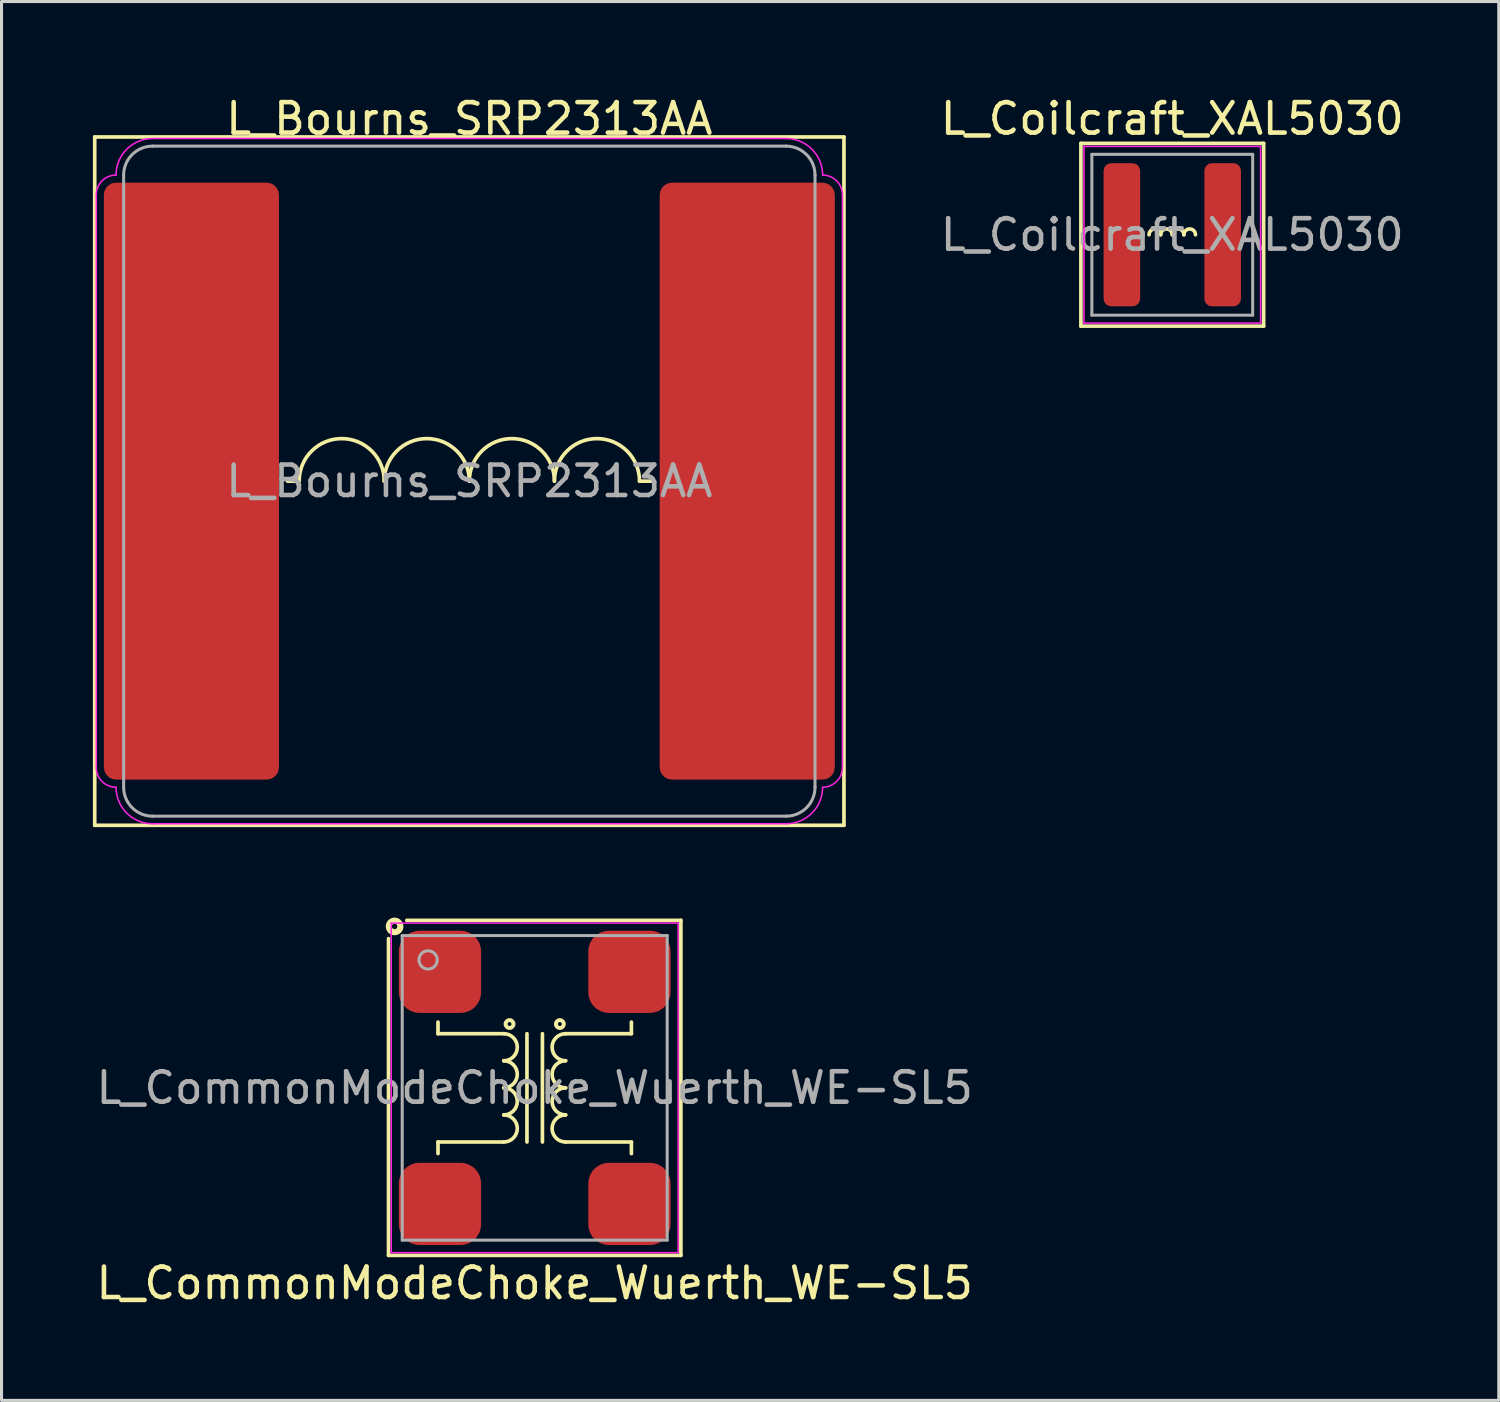
<source format=kicad_pcb>
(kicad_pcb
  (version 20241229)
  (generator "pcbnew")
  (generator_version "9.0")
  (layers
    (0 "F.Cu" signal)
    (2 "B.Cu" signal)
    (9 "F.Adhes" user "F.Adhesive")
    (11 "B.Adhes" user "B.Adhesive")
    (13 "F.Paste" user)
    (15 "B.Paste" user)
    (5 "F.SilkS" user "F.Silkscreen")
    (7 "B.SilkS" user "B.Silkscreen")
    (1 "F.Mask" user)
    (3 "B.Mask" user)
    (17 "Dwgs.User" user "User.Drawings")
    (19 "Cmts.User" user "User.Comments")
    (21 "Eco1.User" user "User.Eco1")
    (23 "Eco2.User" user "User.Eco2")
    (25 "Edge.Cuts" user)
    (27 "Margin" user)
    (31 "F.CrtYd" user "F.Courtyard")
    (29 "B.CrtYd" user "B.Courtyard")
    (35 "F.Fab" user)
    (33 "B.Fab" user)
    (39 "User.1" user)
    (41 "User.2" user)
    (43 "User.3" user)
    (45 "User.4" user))
  (footprint "L_Coilcraft_XAL5030"
    (layer "F.Cu")
    (at 35.44 4.658)
    (property "Reference" "L_Coilcraft_XAL5030" (at 0 -3.81 0) (layer "F.SilkS") (effects (font (size 1 1) (thickness 0.15))))
    (attr smd)
    (fp_line (start -3 -3) (end -3 3) (stroke (width 0.12) (type solid)) (layer "F.SilkS"))
    (fp_line (start -3 3) (end 3 3) (stroke (width 0.12) (type solid)) (layer "F.SilkS"))
    (fp_line (start 3 -3) (end -3 -3) (stroke (width 0.12) (type solid)) (layer "F.SilkS"))
    (fp_line (start 3 3) (end 3 -3) (stroke (width 0.12) (type solid)) (layer "F.SilkS"))
    (fp_arc (start -0.762 0) (mid -0.5715 -0.1905) (end -0.381 0) (stroke (width 0.12) (type solid)) (layer "F.SilkS"))
    (fp_arc (start -0.381 0) (mid -0.1905 -0.1905) (end 0 0) (stroke (width 0.12) (type solid)) (layer "F.SilkS"))
    (fp_arc (start 0 0) (mid 0.1905 -0.1905) (end 0.381 0) (stroke (width 0.12) (type solid)) (layer "F.SilkS"))
    (fp_arc (start 0.381 0) (mid 0.5715 -0.1905) (end 0.762 0) (stroke (width 0.12) (type solid)) (layer "F.SilkS"))
    (fp_line (start -2.9 -2.9) (end 2.9 -2.9) (stroke (width 0.05) (type solid)) (layer "F.CrtYd"))
    (fp_line (start -2.9 2.9) (end -2.9 -2.9) (stroke (width 0.05) (type solid)) (layer "F.CrtYd"))
    (fp_line (start 2.9 -2.9) (end 2.9 2.9) (stroke (width 0.05) (type solid)) (layer "F.CrtYd"))
    (fp_line (start 2.9 2.9) (end -2.9 2.9) (stroke (width 0.05) (type solid)) (layer "F.CrtYd"))
    (fp_line (start -2.64 -2.64) (end 2.64 -2.64) (stroke (width 0.1) (type solid)) (layer "F.Fab"))
    (fp_line (start -2.64 2.64) (end -2.64 -2.64) (stroke (width 0.1) (type solid)) (layer "F.Fab"))
    (fp_line (start 2.64 -2.64) (end 2.64 2.64) (stroke (width 0.1) (type solid)) (layer "F.Fab"))
    (fp_line (start 2.64 2.64) (end -2.64 2.64) (stroke (width 0.1) (type solid)) (layer "F.Fab"))
    (fp_text user "${REFERENCE}" (at 0 0 0) (layer "F.Fab") (effects (font (size 1 1) (thickness 0.15))))
    (pad "1" smd roundrect (at -1.655 0) (size 1.2 4.7) (layers "F.Cu" "F.Mask" "F.Paste") (roundrect_rratio 0.208))
    (pad "2" smd roundrect (at 1.655 0) (size 1.2 4.7) (layers "F.Cu" "F.Mask" "F.Paste") (roundrect_rratio 0.208)))
  (footprint "L_Bourns_SRP2313AA"
    (layer "F.Cu")
    (at 12.36 12.748)
    (property "Reference" "L_Bourns_SRP2313AA" (at 0 -11.9 0) (layer "F.SilkS") (effects (font (size 1 1) (thickness 0.15))))
    (attr smd)
    (fp_line (start -12.3 -11.3) (end 12.3 -11.3) (stroke (width 0.12) (type solid)) (layer "F.SilkS"))
    (fp_line (start -12.3 0) (end -12.3 -11.3) (stroke (width 0.12) (type solid)) (layer "F.SilkS"))
    (fp_line (start -12.3 11.3) (end -12.3 0) (stroke (width 0.12) (type solid)) (layer "F.SilkS"))
    (fp_line (start -5.588 0) (end -5.969 0) (stroke (width 0.12) (type solid)) (layer "F.SilkS"))
    (fp_line (start 5.588 0) (end 5.969 0) (stroke (width 0.12) (type solid)) (layer "F.SilkS"))
    (fp_line (start 12.3 -11.3) (end 12.3 11.3) (stroke (width 0.12) (type solid)) (layer "F.SilkS"))
    (fp_line (start 12.3 11.3) (end -12.3 11.3) (stroke (width 0.12) (type solid)) (layer "F.SilkS"))
    (fp_arc (start -5.588 0) (mid -4.191 -1.397) (end -2.794 0) (stroke (width 0.12) (type solid)) (layer "F.SilkS"))
    (fp_arc (start -2.794 0) (mid -1.397 -1.397) (end 0 0) (stroke (width 0.12) (type solid)) (layer "F.SilkS"))
    (fp_arc (start 0 0) (mid 1.397 -1.397) (end 2.794 0) (stroke (width 0.12) (type solid)) (layer "F.SilkS"))
    (fp_arc (start 2.794 0) (mid 4.191 -1.397) (end 5.588 0) (stroke (width 0.12) (type solid)) (layer "F.SilkS"))
    (fp_line (start -12.25 9.4) (end -12.25 -9.4) (stroke (width 0.05) (type solid)) (layer "F.CrtYd"))
    (fp_line (start -10.4 -11.25) (end 10.4 -11.25) (stroke (width 0.05) (type solid)) (layer "F.CrtYd"))
    (fp_line (start 10.4 11.25) (end -10.4 11.25) (stroke (width 0.05) (type solid)) (layer "F.CrtYd"))
    (fp_line (start 12.25 -9.4) (end 12.25 9.4) (stroke (width 0.05) (type solid)) (layer "F.CrtYd"))
    (fp_arc (start -12.25 -9.4) (mid -12.059619 -9.859619) (end -11.6 -10.05) (stroke (width 0.05) (type solid)) (layer "F.CrtYd"))
    (fp_arc (start -11.6 -10.05) (mid -11.248528 -10.898528) (end -10.4 -11.25) (stroke (width 0.05) (type solid)) (layer "F.CrtYd"))
    (fp_arc (start -11.6 10.05) (mid -12.059619 9.859619) (end -12.25 9.4) (stroke (width 0.05) (type solid)) (layer "F.CrtYd"))
    (fp_arc (start -10.4 11.25) (mid -11.248528 10.898528) (end -11.6 10.05) (stroke (width 0.05) (type solid)) (layer "F.CrtYd"))
    (fp_arc (start 10.4 -11.25) (mid 11.248528 -10.898528) (end 11.6 -10.05) (stroke (width 0.05) (type solid)) (layer "F.CrtYd"))
    (fp_arc (start 11.6 -10.05) (mid 12.059619 -9.859619) (end 12.25 -9.4) (stroke (width 0.05) (type solid)) (layer "F.CrtYd"))
    (fp_arc (start 11.6 10.05) (mid 11.248528 10.898528) (end 10.4 11.25) (stroke (width 0.05) (type solid)) (layer "F.CrtYd"))
    (fp_arc (start 12.25 9.4) (mid 12.059619 9.859619) (end 11.6 10.05) (stroke (width 0.05) (type solid)) (layer "F.CrtYd"))
    (fp_line (start -11.35 -10.05) (end -11.35 10.05) (stroke (width 0.1) (type solid)) (layer "F.Fab"))
    (fp_line (start -10.4 -11) (end 10.4 -11) (stroke (width 0.1) (type solid)) (layer "F.Fab"))
    (fp_line (start 10.4 11) (end -10.4 11) (stroke (width 0.1) (type solid)) (layer "F.Fab"))
    (fp_line (start 11.35 -10.05) (end 11.35 10.05) (stroke (width 0.1) (type solid)) (layer "F.Fab"))
    (fp_arc (start -11.35 -10.05) (mid -11.071751 -10.721751) (end -10.4 -11) (stroke (width 0.1) (type solid)) (layer "F.Fab"))
    (fp_arc (start -10.4 11) (mid -11.071751 10.721751) (end -11.35 10.05) (stroke (width 0.1) (type solid)) (layer "F.Fab"))
    (fp_arc (start 10.4 -11) (mid 11.071751 -10.721751) (end 11.35 -10.05) (stroke (width 0.1) (type solid)) (layer "F.Fab"))
    (fp_arc (start 11.35 10.05) (mid 11.071751 10.721751) (end 10.4 11) (stroke (width 0.1) (type solid)) (layer "F.Fab"))
    (fp_text user "${REFERENCE}" (at 0 0 0) (layer "F.Fab") (effects (font (size 1 1) (thickness 0.15))))
    (pad "1" smd roundrect (at -9.125 0) (size 5.75 19.6) (layers "F.Cu" "F.Mask" "F.Paste") (roundrect_rratio 0.07))
    (pad "2" smd roundrect (at 9.125 0) (size 5.75 19.6) (layers "F.Cu" "F.Mask" "F.Paste") (roundrect_rratio 0.07)))
  (footprint "L_CommonModeChoke_Wuerth_WE-SL5"
    (layer "F.Cu")
    (at 14.506 32.668)
    (property "Reference" "L_CommonModeChoke_Wuerth_WE-SL5" (at 0 6.413 0) (layer "F.SilkS") (effects (font (size 1 1) (thickness 0.15))))
    (attr smd)
    (fp_line (start -4.8 -4.9) (end -4.8 5.5) (stroke (width 0.12) (type solid)) (layer "F.SilkS"))
    (fp_line (start -4.8 5.5) (end 4.8 5.5) (stroke (width 0.12) (type solid)) (layer "F.SilkS"))
    (fp_line (start -3.175 -1.778) (end -3.175 -2.159) (stroke (width 0.12) (type solid)) (layer "F.SilkS"))
    (fp_line (start -3.175 1.778) (end -3.175 2.159) (stroke (width 0.12) (type solid)) (layer "F.SilkS"))
    (fp_line (start -1.016 -1.778) (end -3.175 -1.778) (stroke (width 0.12) (type solid)) (layer "F.SilkS"))
    (fp_line (start -1.016 1.778) (end -3.175 1.778) (stroke (width 0.12) (type solid)) (layer "F.SilkS"))
    (fp_line (start -0.254 -1.778) (end -0.254 1.778) (stroke (width 0.12) (type solid)) (layer "F.SilkS"))
    (fp_line (start 0.254 1.778) (end 0.254 -1.778) (stroke (width 0.12) (type solid)) (layer "F.SilkS"))
    (fp_line (start 1.016 -1.778) (end 3.175 -1.778) (stroke (width 0.12) (type solid)) (layer "F.SilkS"))
    (fp_line (start 1.016 1.778) (end 3.175 1.778) (stroke (width 0.12) (type solid)) (layer "F.SilkS"))
    (fp_line (start 3.175 -1.778) (end 3.175 -2.159) (stroke (width 0.12) (type solid)) (layer "F.SilkS"))
    (fp_line (start 3.175 1.778) (end 3.175 2.159) (stroke (width 0.12) (type solid)) (layer "F.SilkS"))
    (fp_line (start 4.8 -5.5) (end -4.2 -5.5) (stroke (width 0.12) (type solid)) (layer "F.SilkS"))
    (fp_line (start 4.8 5.5) (end 4.8 -5.5) (stroke (width 0.12) (type solid)) (layer "F.SilkS"))
    (fp_arc (start -1.016 -1.778) (mid -0.5715 -1.3335) (end -1.016 -0.889) (stroke (width 0.12) (type solid)) (layer "F.SilkS"))
    (fp_arc (start -1.016 -0.889) (mid -0.5715 -0.4445) (end -1.016 0) (stroke (width 0.12) (type solid)) (layer "F.SilkS"))
    (fp_arc (start -1.016 0) (mid -0.5715 0.4445) (end -1.016 0.889) (stroke (width 0.12) (type solid)) (layer "F.SilkS"))
    (fp_arc (start -1.016 0.889) (mid -0.5715 1.3335) (end -1.016 1.778) (stroke (width 0.12) (type solid)) (layer "F.SilkS"))
    (fp_arc (start 1.016 -0.889) (mid 0.5715 -1.3335) (end 1.016 -1.778) (stroke (width 0.12) (type solid)) (layer "F.SilkS"))
    (fp_arc (start 1.016 0) (mid 0.5715 -0.4445) (end 1.016 -0.889) (stroke (width 0.12) (type solid)) (layer "F.SilkS"))
    (fp_arc (start 1.016 0.889) (mid 0.5715 0.4445) (end 1.016 0) (stroke (width 0.12) (type solid)) (layer "F.SilkS"))
    (fp_arc (start 1.016 1.778) (mid 0.5715 1.3335) (end 1.016 0.889) (stroke (width 0.12) (type solid)) (layer "F.SilkS"))
    (fp_circle (center -4.6 -5.3) (end -4.51 -5.3) (stroke (width 0.2) (type solid)) (fill no) (layer "F.SilkS"))
    (fp_circle (center -0.826 -2.095) (end -0.762 -2.095) (stroke (width 0.13) (type solid)) (fill no) (layer "F.SilkS"))
    (fp_circle (center 0.826 -2.095) (end 0.762 -2.095) (stroke (width 0.13) (type solid)) (fill no) (layer "F.SilkS"))
    (fp_line (start -4.71 -5.41) (end 4.71 -5.41) (stroke (width 0.05) (type solid)) (layer "F.CrtYd"))
    (fp_line (start -4.71 5.41) (end -4.71 -5.41) (stroke (width 0.05) (type solid)) (layer "F.CrtYd"))
    (fp_line (start -4.71 5.41) (end 4.71 5.41) (stroke (width 0.05) (type solid)) (layer "F.CrtYd"))
    (fp_line (start 4.71 5.41) (end 4.71 -5.41) (stroke (width 0.05) (type solid)) (layer "F.CrtYd"))
    (fp_line (start -4.35 -5) (end 4.35 -5) (stroke (width 0.1) (type solid)) (layer "F.Fab"))
    (fp_line (start -4.35 5) (end -4.35 -5) (stroke (width 0.1) (type solid)) (layer "F.Fab"))
    (fp_line (start 4.35 -5) (end 4.35 5) (stroke (width 0.1) (type solid)) (layer "F.Fab"))
    (fp_line (start 4.35 5) (end -4.35 5) (stroke (width 0.1) (type solid)) (layer "F.Fab"))
    (fp_circle (center -3.5 -4.2) (end -3.2 -4.2) (stroke (width 0.1) (type solid)) (fill no) (layer "F.Fab"))
    (fp_text user "${REFERENCE}" (at 0 0 0) (layer "F.Fab") (effects (font (size 1 1) (thickness 0.15))))
    (pad "1" smd roundrect (at -3.11 -3.81 90) (size 2.7 2.7) (layers "F.Cu" "F.Mask" "F.Paste") (roundrect_rratio 0.25))
    (pad "2" smd roundrect (at -3.11 3.81 90) (size 2.7 2.7) (layers "F.Cu" "F.Mask" "F.Paste") (roundrect_rratio 0.25))
    (pad "3" smd roundrect (at 3.11 3.81 90) (size 2.7 2.7) (layers "F.Cu" "F.Mask" "F.Paste") (roundrect_rratio 0.25))
    (pad "4" smd roundrect (at 3.11 -3.81 90) (size 2.7 2.7) (layers "F.Cu" "F.Mask" "F.Paste") (roundrect_rratio 0.25)))
  (gr_rect
    (start -3 -3)
    (end 46.16 42.93)
    (stroke (width 0.1) (type default))
    (fill no)
    (layer "Edge.Cuts")))
</source>
